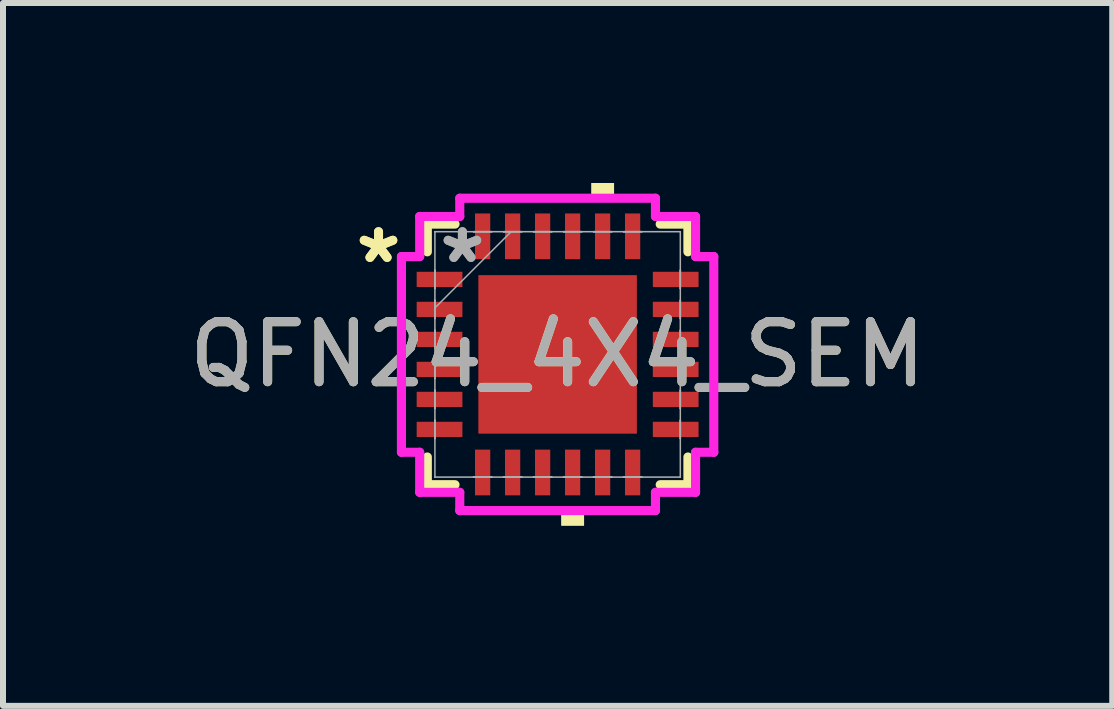
<source format=kicad_pcb>
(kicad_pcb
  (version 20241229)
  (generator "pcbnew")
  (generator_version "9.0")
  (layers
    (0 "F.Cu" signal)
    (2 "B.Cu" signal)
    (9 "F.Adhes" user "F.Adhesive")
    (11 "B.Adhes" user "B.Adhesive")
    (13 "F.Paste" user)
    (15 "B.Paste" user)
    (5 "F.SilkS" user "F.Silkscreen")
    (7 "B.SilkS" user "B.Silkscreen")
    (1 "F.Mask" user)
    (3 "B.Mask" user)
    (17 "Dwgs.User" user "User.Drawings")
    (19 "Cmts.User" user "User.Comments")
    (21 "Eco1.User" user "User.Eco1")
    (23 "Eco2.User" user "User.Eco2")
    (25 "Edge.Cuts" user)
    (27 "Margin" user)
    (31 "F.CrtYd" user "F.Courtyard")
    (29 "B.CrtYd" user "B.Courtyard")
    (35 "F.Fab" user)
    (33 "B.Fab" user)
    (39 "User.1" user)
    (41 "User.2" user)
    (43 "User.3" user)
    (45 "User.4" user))
  (footprint "QFN24_4X4_SEM"
    (layer "F.Cu")
    (at 6.244 2.857)
    (property "Reference" "QFN24_4X4_SEM" (at 0 0 0) (unlocked yes) (layer "F.SilkS") (effects (font (size 1 1) (thickness 0.15))))
    (attr smd)
    (fp_line (start -2.172 -2.172) (end -2.172 -1.71) (stroke (width 0.152) (type solid)) (layer "F.SilkS"))
    (fp_line (start -2.172 1.71) (end -2.172 2.172) (stroke (width 0.152) (type solid)) (layer "F.SilkS"))
    (fp_line (start -2.172 2.172) (end -1.71 2.172) (stroke (width 0.152) (type solid)) (layer "F.SilkS"))
    (fp_line (start -1.71 -2.172) (end -2.172 -2.172) (stroke (width 0.152) (type solid)) (layer "F.SilkS"))
    (fp_line (start 1.71 2.172) (end 2.172 2.172) (stroke (width 0.152) (type solid)) (layer "F.SilkS"))
    (fp_line (start 2.172 -2.172) (end 1.71 -2.172) (stroke (width 0.152) (type solid)) (layer "F.SilkS"))
    (fp_line (start 2.172 -1.71) (end 2.172 -2.172) (stroke (width 0.152) (type solid)) (layer "F.SilkS"))
    (fp_line (start 2.172 2.172) (end 2.172 1.71) (stroke (width 0.152) (type solid)) (layer "F.SilkS"))
    (fp_poly (pts (xy 0.059 2.603) (xy 0.059 2.857) (xy 0.441 2.857) (xy 0.441 2.603)) (stroke (width 0) (type solid)) (fill yes) (layer "F.SilkS"))
    (fp_poly (pts (xy 0.56 -2.603) (xy 0.56 -2.857) (xy 0.941 -2.857) (xy 0.941 -2.603)) (stroke (width 0) (type solid)) (fill yes) (layer "F.SilkS"))
    (fp_poly (pts (xy -1.221 -1.221) (xy -1.221 -0.1) (xy -0.1 -0.1) (xy -0.1 -1.221)) (stroke (width 0) (type solid)) (fill yes) (layer "F.Paste"))
    (fp_poly (pts (xy -1.221 0.1) (xy -1.221 1.221) (xy -0.1 1.221) (xy -0.1 0.1)) (stroke (width 0) (type solid)) (fill yes) (layer "F.Paste"))
    (fp_poly (pts (xy 0.1 -1.221) (xy 0.1 -0.1) (xy 1.221 -0.1) (xy 1.221 -1.221)) (stroke (width 0) (type solid)) (fill yes) (layer "F.Paste"))
    (fp_poly (pts (xy 0.1 0.1) (xy 0.1 1.221) (xy 1.221 1.221) (xy 1.221 0.1)) (stroke (width 0) (type solid)) (fill yes) (layer "F.Paste"))
    (fp_line (start -2.603 -1.631) (end -2.299 -1.631) (stroke (width 0.152) (type solid)) (layer "F.CrtYd"))
    (fp_line (start -2.603 1.631) (end -2.603 -1.631) (stroke (width 0.152) (type solid)) (layer "F.CrtYd"))
    (fp_line (start -2.299 -2.299) (end -1.631 -2.299) (stroke (width 0.152) (type solid)) (layer "F.CrtYd"))
    (fp_line (start -2.299 -1.631) (end -2.299 -2.299) (stroke (width 0.152) (type solid)) (layer "F.CrtYd"))
    (fp_line (start -2.299 1.631) (end -2.603 1.631) (stroke (width 0.152) (type solid)) (layer "F.CrtYd"))
    (fp_line (start -2.299 2.299) (end -2.299 1.631) (stroke (width 0.152) (type solid)) (layer "F.CrtYd"))
    (fp_line (start -1.631 -2.603) (end 1.631 -2.603) (stroke (width 0.152) (type solid)) (layer "F.CrtYd"))
    (fp_line (start -1.631 -2.299) (end -1.631 -2.603) (stroke (width 0.152) (type solid)) (layer "F.CrtYd"))
    (fp_line (start -1.631 2.299) (end -2.299 2.299) (stroke (width 0.152) (type solid)) (layer "F.CrtYd"))
    (fp_line (start -1.631 2.603) (end -1.631 2.299) (stroke (width 0.152) (type solid)) (layer "F.CrtYd"))
    (fp_line (start 1.631 -2.603) (end 1.631 -2.299) (stroke (width 0.152) (type solid)) (layer "F.CrtYd"))
    (fp_line (start 1.631 -2.299) (end 2.299 -2.299) (stroke (width 0.152) (type solid)) (layer "F.CrtYd"))
    (fp_line (start 1.631 2.299) (end 1.631 2.603) (stroke (width 0.152) (type solid)) (layer "F.CrtYd"))
    (fp_line (start 1.631 2.603) (end -1.631 2.603) (stroke (width 0.152) (type solid)) (layer "F.CrtYd"))
    (fp_line (start 2.299 -2.299) (end 2.299 -1.631) (stroke (width 0.152) (type solid)) (layer "F.CrtYd"))
    (fp_line (start 2.299 -1.631) (end 2.603 -1.631) (stroke (width 0.152) (type solid)) (layer "F.CrtYd"))
    (fp_line (start 2.299 1.631) (end 2.299 2.299) (stroke (width 0.152) (type solid)) (layer "F.CrtYd"))
    (fp_line (start 2.299 2.299) (end 1.631 2.299) (stroke (width 0.152) (type solid)) (layer "F.CrtYd"))
    (fp_line (start 2.603 -1.631) (end 2.603 1.631) (stroke (width 0.152) (type solid)) (layer "F.CrtYd"))
    (fp_line (start 2.603 1.631) (end 2.299 1.631) (stroke (width 0.152) (type solid)) (layer "F.CrtYd"))
    (fp_line (start -2.045 -2.045) (end -2.045 -2.045) (stroke (width 0.025) (type solid)) (layer "F.Fab"))
    (fp_line (start -2.045 -2.045) (end -2.045 2.045) (stroke (width 0.025) (type solid)) (layer "F.Fab"))
    (fp_line (start -2.045 -1.402) (end -2.045 -1.402) (stroke (width 0.025) (type solid)) (layer "F.Fab"))
    (fp_line (start -2.045 -1.402) (end -2.045 -1.098) (stroke (width 0.025) (type solid)) (layer "F.Fab"))
    (fp_line (start -2.045 -1.098) (end -2.045 -1.402) (stroke (width 0.025) (type solid)) (layer "F.Fab"))
    (fp_line (start -2.045 -1.098) (end -2.045 -1.098) (stroke (width 0.025) (type solid)) (layer "F.Fab"))
    (fp_line (start -2.045 -0.902) (end -2.045 -0.902) (stroke (width 0.025) (type solid)) (layer "F.Fab"))
    (fp_line (start -2.045 -0.902) (end -2.045 -0.598) (stroke (width 0.025) (type solid)) (layer "F.Fab"))
    (fp_line (start -2.045 -0.775) (end -0.775 -2.045) (stroke (width 0.025) (type solid)) (layer "F.Fab"))
    (fp_line (start -2.045 -0.598) (end -2.045 -0.902) (stroke (width 0.025) (type solid)) (layer "F.Fab"))
    (fp_line (start -2.045 -0.598) (end -2.045 -0.598) (stroke (width 0.025) (type solid)) (layer "F.Fab"))
    (fp_line (start -2.045 -0.402) (end -2.045 -0.402) (stroke (width 0.025) (type solid)) (layer "F.Fab"))
    (fp_line (start -2.045 -0.402) (end -2.045 -0.098) (stroke (width 0.025) (type solid)) (layer "F.Fab"))
    (fp_line (start -2.045 -0.098) (end -2.045 -0.402) (stroke (width 0.025) (type solid)) (layer "F.Fab"))
    (fp_line (start -2.045 -0.098) (end -2.045 -0.098) (stroke (width 0.025) (type solid)) (layer "F.Fab"))
    (fp_line (start -2.045 0.098) (end -2.045 0.098) (stroke (width 0.025) (type solid)) (layer "F.Fab"))
    (fp_line (start -2.045 0.098) (end -2.045 0.402) (stroke (width 0.025) (type solid)) (layer "F.Fab"))
    (fp_line (start -2.045 0.402) (end -2.045 0.098) (stroke (width 0.025) (type solid)) (layer "F.Fab"))
    (fp_line (start -2.045 0.402) (end -2.045 0.402) (stroke (width 0.025) (type solid)) (layer "F.Fab"))
    (fp_line (start -2.045 0.598) (end -2.045 0.598) (stroke (width 0.025) (type solid)) (layer "F.Fab"))
    (fp_line (start -2.045 0.598) (end -2.045 0.902) (stroke (width 0.025) (type solid)) (layer "F.Fab"))
    (fp_line (start -2.045 0.902) (end -2.045 0.598) (stroke (width 0.025) (type solid)) (layer "F.Fab"))
    (fp_line (start -2.045 0.902) (end -2.045 0.902) (stroke (width 0.025) (type solid)) (layer "F.Fab"))
    (fp_line (start -2.045 1.098) (end -2.045 1.098) (stroke (width 0.025) (type solid)) (layer "F.Fab"))
    (fp_line (start -2.045 1.098) (end -2.045 1.402) (stroke (width 0.025) (type solid)) (layer "F.Fab"))
    (fp_line (start -2.045 1.402) (end -2.045 1.098) (stroke (width 0.025) (type solid)) (layer "F.Fab"))
    (fp_line (start -2.045 1.402) (end -2.045 1.402) (stroke (width 0.025) (type solid)) (layer "F.Fab"))
    (fp_line (start -2.045 2.045) (end -2.045 2.045) (stroke (width 0.025) (type solid)) (layer "F.Fab"))
    (fp_line (start -2.045 2.045) (end 2.045 2.045) (stroke (width 0.025) (type solid)) (layer "F.Fab"))
    (fp_line (start -1.402 -2.045) (end -1.402 -2.045) (stroke (width 0.025) (type solid)) (layer "F.Fab"))
    (fp_line (start -1.402 -2.045) (end -1.098 -2.045) (stroke (width 0.025) (type solid)) (layer "F.Fab"))
    (fp_line (start -1.402 2.045) (end -1.402 2.045) (stroke (width 0.025) (type solid)) (layer "F.Fab"))
    (fp_line (start -1.402 2.045) (end -1.098 2.045) (stroke (width 0.025) (type solid)) (layer "F.Fab"))
    (fp_line (start -1.098 -2.045) (end -1.402 -2.045) (stroke (width 0.025) (type solid)) (layer "F.Fab"))
    (fp_line (start -1.098 -2.045) (end -1.098 -2.045) (stroke (width 0.025) (type solid)) (layer "F.Fab"))
    (fp_line (start -1.098 2.045) (end -1.402 2.045) (stroke (width 0.025) (type solid)) (layer "F.Fab"))
    (fp_line (start -1.098 2.045) (end -1.098 2.045) (stroke (width 0.025) (type solid)) (layer "F.Fab"))
    (fp_line (start -0.902 -2.045) (end -0.902 -2.045) (stroke (width 0.025) (type solid)) (layer "F.Fab"))
    (fp_line (start -0.902 -2.045) (end -0.598 -2.045) (stroke (width 0.025) (type solid)) (layer "F.Fab"))
    (fp_line (start -0.902 2.045) (end -0.902 2.045) (stroke (width 0.025) (type solid)) (layer "F.Fab"))
    (fp_line (start -0.902 2.045) (end -0.598 2.045) (stroke (width 0.025) (type solid)) (layer "F.Fab"))
    (fp_line (start -0.598 -2.045) (end -0.902 -2.045) (stroke (width 0.025) (type solid)) (layer "F.Fab"))
    (fp_line (start -0.598 -2.045) (end -0.598 -2.045) (stroke (width 0.025) (type solid)) (layer "F.Fab"))
    (fp_line (start -0.598 2.045) (end -0.902 2.045) (stroke (width 0.025) (type solid)) (layer "F.Fab"))
    (fp_line (start -0.598 2.045) (end -0.598 2.045) (stroke (width 0.025) (type solid)) (layer "F.Fab"))
    (fp_line (start -0.402 -2.045) (end -0.402 -2.045) (stroke (width 0.025) (type solid)) (layer "F.Fab"))
    (fp_line (start -0.402 -2.045) (end -0.098 -2.045) (stroke (width 0.025) (type solid)) (layer "F.Fab"))
    (fp_line (start -0.402 2.045) (end -0.402 2.045) (stroke (width 0.025) (type solid)) (layer "F.Fab"))
    (fp_line (start -0.402 2.045) (end -0.098 2.045) (stroke (width 0.025) (type solid)) (layer "F.Fab"))
    (fp_line (start -0.098 -2.045) (end -0.402 -2.045) (stroke (width 0.025) (type solid)) (layer "F.Fab"))
    (fp_line (start -0.098 -2.045) (end -0.098 -2.045) (stroke (width 0.025) (type solid)) (layer "F.Fab"))
    (fp_line (start -0.098 2.045) (end -0.402 2.045) (stroke (width 0.025) (type solid)) (layer "F.Fab"))
    (fp_line (start -0.098 2.045) (end -0.098 2.045) (stroke (width 0.025) (type solid)) (layer "F.Fab"))
    (fp_line (start 0.098 -2.045) (end 0.098 -2.045) (stroke (width 0.025) (type solid)) (layer "F.Fab"))
    (fp_line (start 0.098 -2.045) (end 0.402 -2.045) (stroke (width 0.025) (type solid)) (layer "F.Fab"))
    (fp_line (start 0.098 2.045) (end 0.098 2.045) (stroke (width 0.025) (type solid)) (layer "F.Fab"))
    (fp_line (start 0.098 2.045) (end 0.402 2.045) (stroke (width 0.025) (type solid)) (layer "F.Fab"))
    (fp_line (start 0.402 -2.045) (end 0.098 -2.045) (stroke (width 0.025) (type solid)) (layer "F.Fab"))
    (fp_line (start 0.402 -2.045) (end 0.402 -2.045) (stroke (width 0.025) (type solid)) (layer "F.Fab"))
    (fp_line (start 0.402 2.045) (end 0.098 2.045) (stroke (width 0.025) (type solid)) (layer "F.Fab"))
    (fp_line (start 0.402 2.045) (end 0.402 2.045) (stroke (width 0.025) (type solid)) (layer "F.Fab"))
    (fp_line (start 0.598 -2.045) (end 0.598 -2.045) (stroke (width 0.025) (type solid)) (layer "F.Fab"))
    (fp_line (start 0.598 -2.045) (end 0.902 -2.045) (stroke (width 0.025) (type solid)) (layer "F.Fab"))
    (fp_line (start 0.598 2.045) (end 0.598 2.045) (stroke (width 0.025) (type solid)) (layer "F.Fab"))
    (fp_line (start 0.598 2.045) (end 0.902 2.045) (stroke (width 0.025) (type solid)) (layer "F.Fab"))
    (fp_line (start 0.902 -2.045) (end 0.598 -2.045) (stroke (width 0.025) (type solid)) (layer "F.Fab"))
    (fp_line (start 0.902 -2.045) (end 0.902 -2.045) (stroke (width 0.025) (type solid)) (layer "F.Fab"))
    (fp_line (start 0.902 2.045) (end 0.598 2.045) (stroke (width 0.025) (type solid)) (layer "F.Fab"))
    (fp_line (start 0.902 2.045) (end 0.902 2.045) (stroke (width 0.025) (type solid)) (layer "F.Fab"))
    (fp_line (start 1.098 -2.045) (end 1.098 -2.045) (stroke (width 0.025) (type solid)) (layer "F.Fab"))
    (fp_line (start 1.098 -2.045) (end 1.402 -2.045) (stroke (width 0.025) (type solid)) (layer "F.Fab"))
    (fp_line (start 1.098 2.045) (end 1.098 2.045) (stroke (width 0.025) (type solid)) (layer "F.Fab"))
    (fp_line (start 1.098 2.045) (end 1.402 2.045) (stroke (width 0.025) (type solid)) (layer "F.Fab"))
    (fp_line (start 1.402 -2.045) (end 1.098 -2.045) (stroke (width 0.025) (type solid)) (layer "F.Fab"))
    (fp_line (start 1.402 -2.045) (end 1.402 -2.045) (stroke (width 0.025) (type solid)) (layer "F.Fab"))
    (fp_line (start 1.402 2.045) (end 1.098 2.045) (stroke (width 0.025) (type solid)) (layer "F.Fab"))
    (fp_line (start 1.402 2.045) (end 1.402 2.045) (stroke (width 0.025) (type solid)) (layer "F.Fab"))
    (fp_line (start 2.045 -2.045) (end -2.045 -2.045) (stroke (width 0.025) (type solid)) (layer "F.Fab"))
    (fp_line (start 2.045 -2.045) (end 2.045 -2.045) (stroke (width 0.025) (type solid)) (layer "F.Fab"))
    (fp_line (start 2.045 -1.402) (end 2.045 -1.402) (stroke (width 0.025) (type solid)) (layer "F.Fab"))
    (fp_line (start 2.045 -1.402) (end 2.045 -1.098) (stroke (width 0.025) (type solid)) (layer "F.Fab"))
    (fp_line (start 2.045 -1.098) (end 2.045 -1.402) (stroke (width 0.025) (type solid)) (layer "F.Fab"))
    (fp_line (start 2.045 -1.098) (end 2.045 -1.098) (stroke (width 0.025) (type solid)) (layer "F.Fab"))
    (fp_line (start 2.045 -0.902) (end 2.045 -0.902) (stroke (width 0.025) (type solid)) (layer "F.Fab"))
    (fp_line (start 2.045 -0.902) (end 2.045 -0.598) (stroke (width 0.025) (type solid)) (layer "F.Fab"))
    (fp_line (start 2.045 -0.598) (end 2.045 -0.902) (stroke (width 0.025) (type solid)) (layer "F.Fab"))
    (fp_line (start 2.045 -0.598) (end 2.045 -0.598) (stroke (width 0.025) (type solid)) (layer "F.Fab"))
    (fp_line (start 2.045 -0.402) (end 2.045 -0.402) (stroke (width 0.025) (type solid)) (layer "F.Fab"))
    (fp_line (start 2.045 -0.402) (end 2.045 -0.098) (stroke (width 0.025) (type solid)) (layer "F.Fab"))
    (fp_line (start 2.045 -0.098) (end 2.045 -0.402) (stroke (width 0.025) (type solid)) (layer "F.Fab"))
    (fp_line (start 2.045 -0.098) (end 2.045 -0.098) (stroke (width 0.025) (type solid)) (layer "F.Fab"))
    (fp_line (start 2.045 0.098) (end 2.045 0.098) (stroke (width 0.025) (type solid)) (layer "F.Fab"))
    (fp_line (start 2.045 0.098) (end 2.045 0.402) (stroke (width 0.025) (type solid)) (layer "F.Fab"))
    (fp_line (start 2.045 0.402) (end 2.045 0.098) (stroke (width 0.025) (type solid)) (layer "F.Fab"))
    (fp_line (start 2.045 0.402) (end 2.045 0.402) (stroke (width 0.025) (type solid)) (layer "F.Fab"))
    (fp_line (start 2.045 0.598) (end 2.045 0.598) (stroke (width 0.025) (type solid)) (layer "F.Fab"))
    (fp_line (start 2.045 0.598) (end 2.045 0.902) (stroke (width 0.025) (type solid)) (layer "F.Fab"))
    (fp_line (start 2.045 0.902) (end 2.045 0.598) (stroke (width 0.025) (type solid)) (layer "F.Fab"))
    (fp_line (start 2.045 0.902) (end 2.045 0.902) (stroke (width 0.025) (type solid)) (layer "F.Fab"))
    (fp_line (start 2.045 1.098) (end 2.045 1.098) (stroke (width 0.025) (type solid)) (layer "F.Fab"))
    (fp_line (start 2.045 1.098) (end 2.045 1.402) (stroke (width 0.025) (type solid)) (layer "F.Fab"))
    (fp_line (start 2.045 1.402) (end 2.045 1.098) (stroke (width 0.025) (type solid)) (layer "F.Fab"))
    (fp_line (start 2.045 1.402) (end 2.045 1.402) (stroke (width 0.025) (type solid)) (layer "F.Fab"))
    (fp_line (start 2.045 2.045) (end 2.045 -2.045) (stroke (width 0.025) (type solid)) (layer "F.Fab"))
    (fp_line (start 2.045 2.045) (end 2.045 2.045) (stroke (width 0.025) (type solid)) (layer "F.Fab"))
    (fp_text user "*" (at -2.985 -1.5 0) (unlocked yes) (layer "F.SilkS") (effects (font (size 1 1) (thickness 0.15))))
    (fp_text user "*" (at -2.985 -1.5 0) (layer "F.SilkS") (effects (font (size 1 1) (thickness 0.15))))
    (fp_text user "*" (at -1.587 -1.5 0) (layer "F.Fab") (effects (font (size 1 1) (thickness 0.15))))
    (fp_text user "${REFERENCE}" (at 0 0 0) (unlocked yes) (layer "F.Fab") (effects (font (size 1 1) (thickness 0.15))))
    (fp_text user "*" (at -1.587 -1.5 0) (unlocked yes) (layer "F.Fab") (effects (font (size 1 1) (thickness 0.15))))
    (pad "1" smd rect (at -1.968 -1.25 90) (size 0.254 0.762) (layers "F.Cu" "F.Mask" "F.Paste"))
    (pad "2" smd rect (at -1.968 -0.75 90) (size 0.254 0.762) (layers "F.Cu" "F.Mask" "F.Paste"))
    (pad "3" smd rect (at -1.968 -0.25 90) (size 0.254 0.762) (layers "F.Cu" "F.Mask" "F.Paste"))
    (pad "4" smd rect (at -1.968 0.25 90) (size 0.254 0.762) (layers "F.Cu" "F.Mask" "F.Paste"))
    (pad "5" smd rect (at -1.968 0.75 90) (size 0.254 0.762) (layers "F.Cu" "F.Mask" "F.Paste"))
    (pad "6" smd rect (at -1.968 1.25 90) (size 0.254 0.762) (layers "F.Cu" "F.Mask" "F.Paste"))
    (pad "7" smd rect (at -1.25 1.968) (size 0.254 0.762) (layers "F.Cu" "F.Mask" "F.Paste"))
    (pad "8" smd rect (at -0.75 1.968) (size 0.254 0.762) (layers "F.Cu" "F.Mask" "F.Paste"))
    (pad "9" smd rect (at -0.25 1.968) (size 0.254 0.762) (layers "F.Cu" "F.Mask" "F.Paste"))
    (pad "10" smd rect (at 0.25 1.968) (size 0.254 0.762) (layers "F.Cu" "F.Mask" "F.Paste"))
    (pad "11" smd rect (at 0.75 1.968) (size 0.254 0.762) (layers "F.Cu" "F.Mask" "F.Paste"))
    (pad "12" smd rect (at 1.25 1.968) (size 0.254 0.762) (layers "F.Cu" "F.Mask" "F.Paste"))
    (pad "13" smd rect (at 1.968 1.25 90) (size 0.254 0.762) (layers "F.Cu" "F.Mask" "F.Paste"))
    (pad "14" smd rect (at 1.968 0.75 90) (size 0.254 0.762) (layers "F.Cu" "F.Mask" "F.Paste"))
    (pad "15" smd rect (at 1.968 0.25 90) (size 0.254 0.762) (layers "F.Cu" "F.Mask" "F.Paste"))
    (pad "16" smd rect (at 1.968 -0.25 90) (size 0.254 0.762) (layers "F.Cu" "F.Mask" "F.Paste"))
    (pad "17" smd rect (at 1.968 -0.75 90) (size 0.254 0.762) (layers "F.Cu" "F.Mask" "F.Paste"))
    (pad "18" smd rect (at 1.968 -1.25 90) (size 0.254 0.762) (layers "F.Cu" "F.Mask" "F.Paste"))
    (pad "19" smd rect (at 1.25 -1.968) (size 0.254 0.762) (layers "F.Cu" "F.Mask" "F.Paste"))
    (pad "20" smd rect (at 0.75 -1.968) (size 0.254 0.762) (layers "F.Cu" "F.Mask" "F.Paste"))
    (pad "21" smd rect (at 0.25 -1.968) (size 0.254 0.762) (layers "F.Cu" "F.Mask" "F.Paste"))
    (pad "22" smd rect (at -0.25 -1.968) (size 0.254 0.762) (layers "F.Cu" "F.Mask" "F.Paste"))
    (pad "23" smd rect (at -0.75 -1.968) (size 0.254 0.762) (layers "F.Cu" "F.Mask" "F.Paste"))
    (pad "24" smd rect (at -1.25 -1.968) (size 0.254 0.762) (layers "F.Cu" "F.Mask" "F.Paste"))
    (pad "25" smd rect (at 0 0) (size 2.642 2.642) (layers "F.Cu" "F.Mask")))
  (gr_rect
    (start -3 -3)
    (end 15.488 8.715)
    (stroke (width 0.1) (type default))
    (fill no)
    (layer "Edge.Cuts")))
</source>
